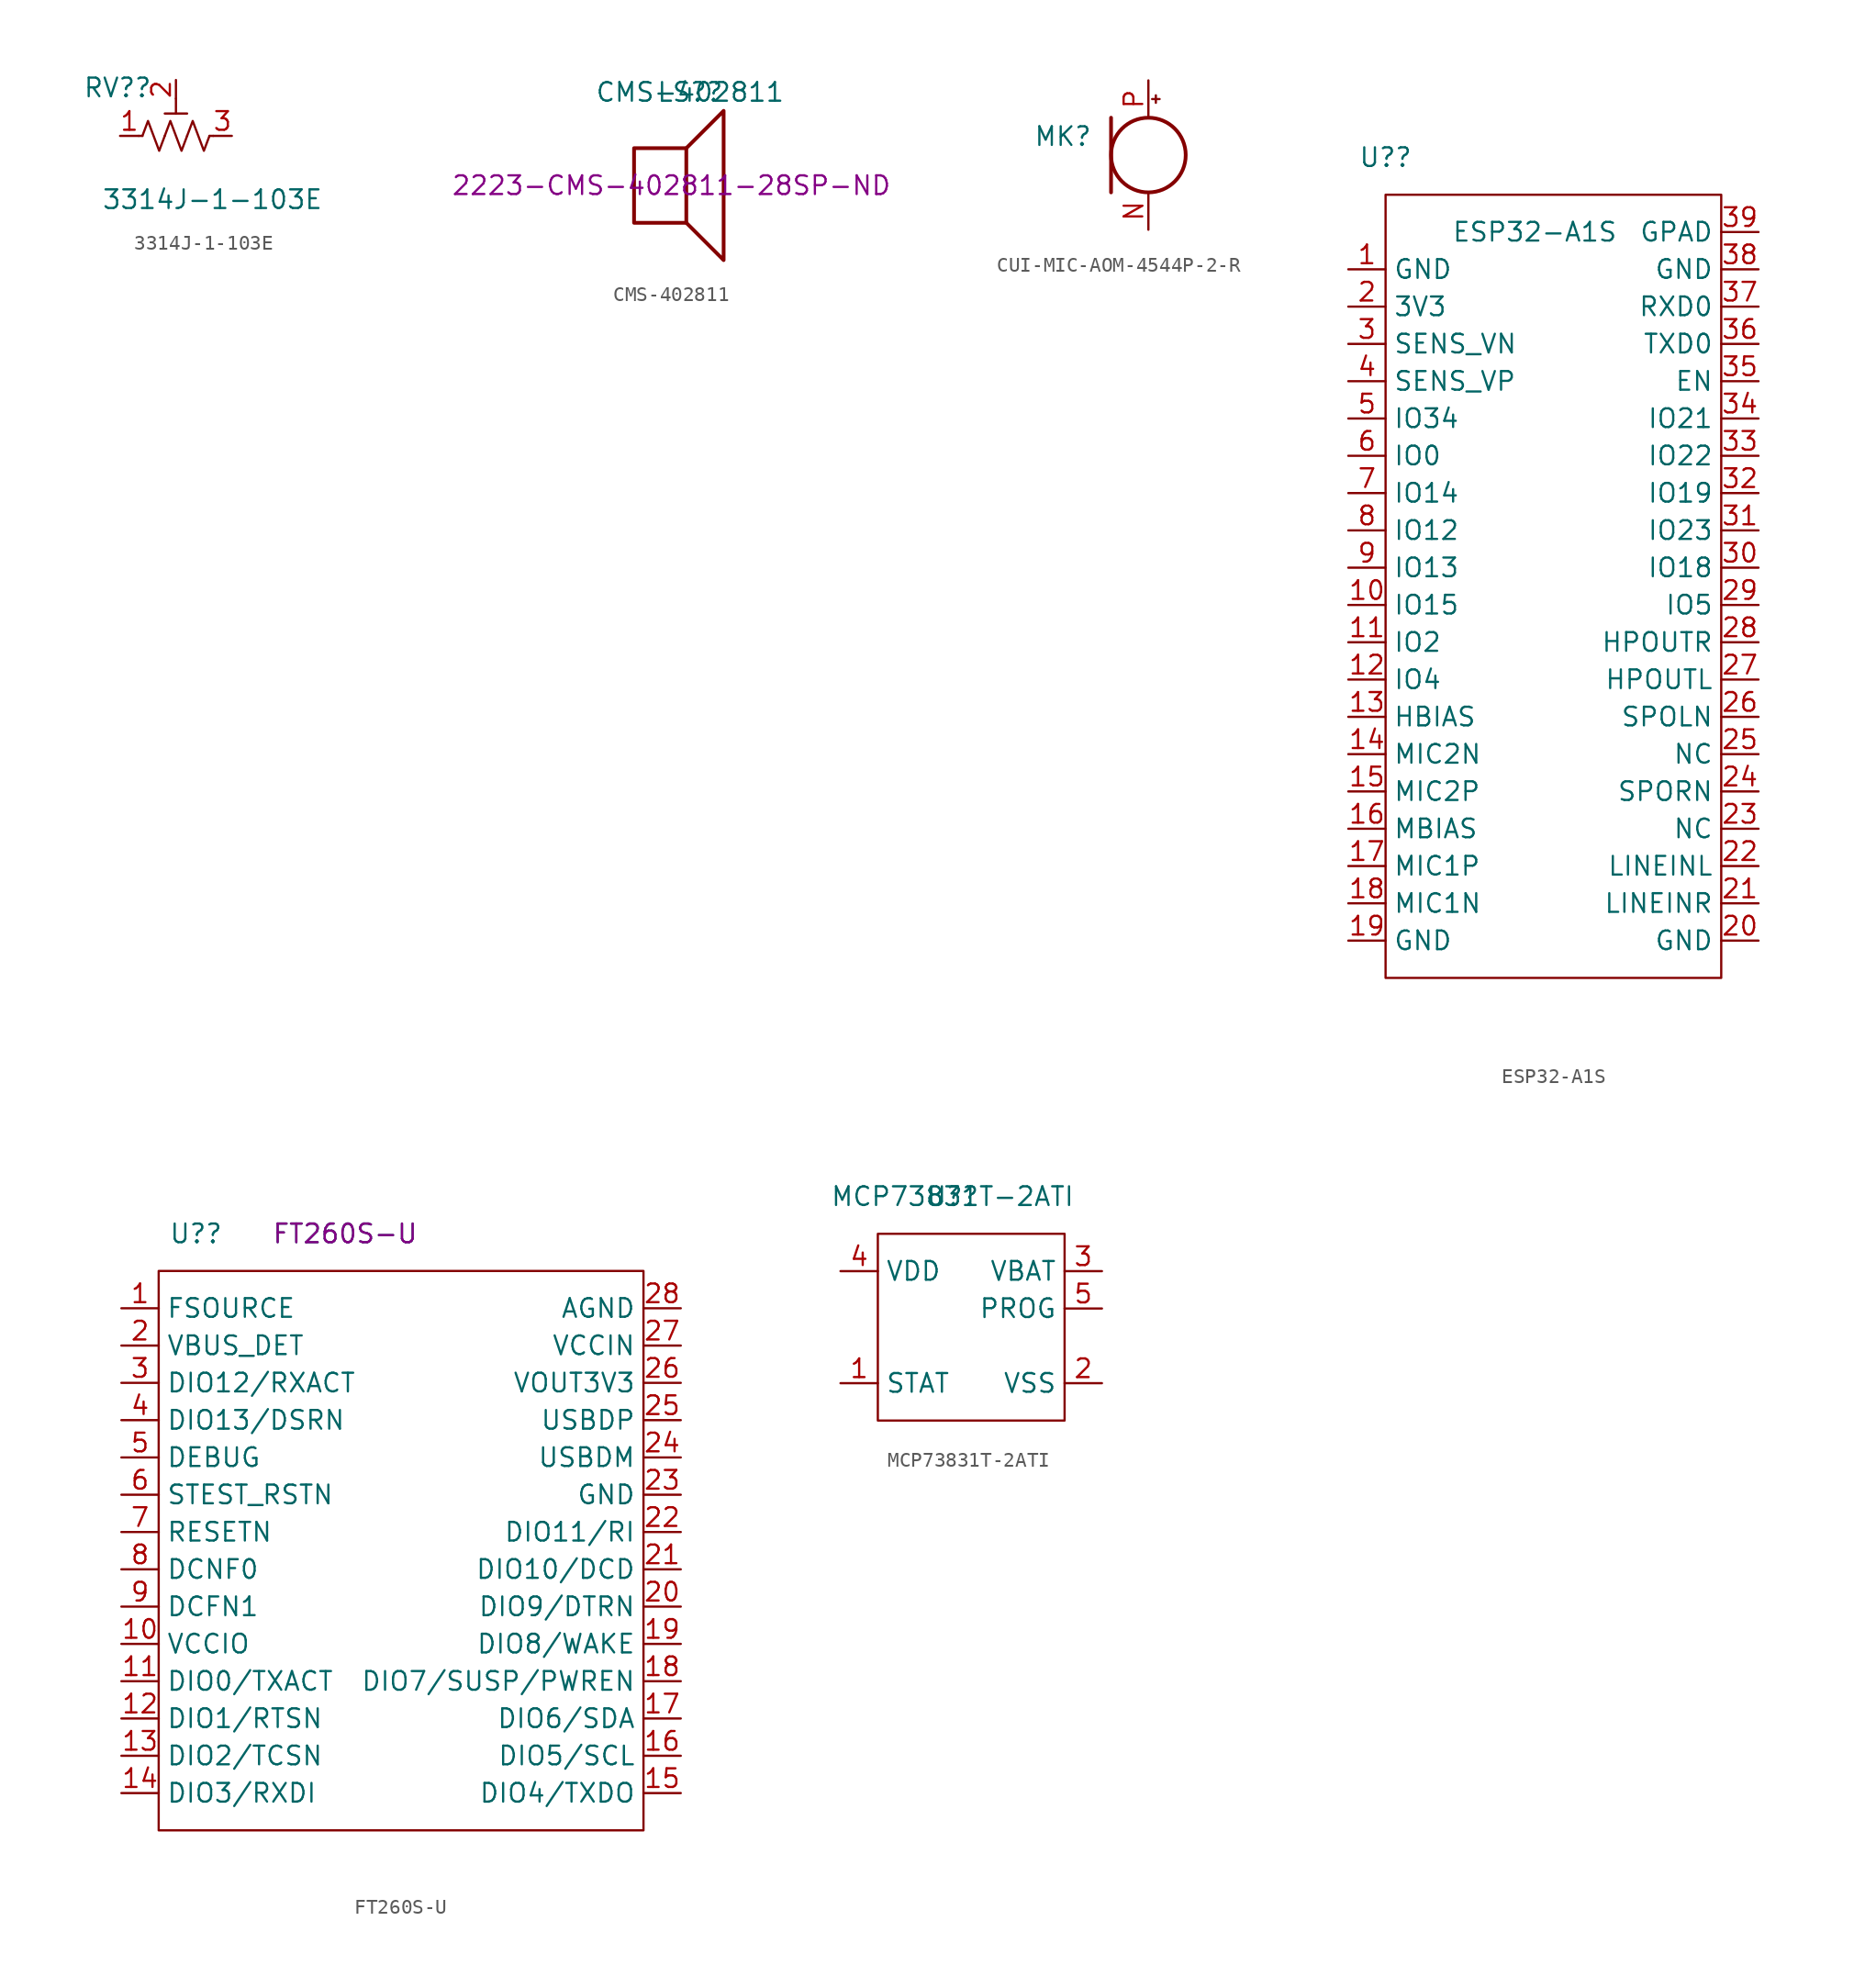
<source format=kicad_sym>
(kicad_symbol_lib
  (version 20211014)
  (generator kicad_symbol_editor)
  (symbol "3314J-1-103E"
    (pin_names
      (offset 1.016))
    (property "Reference" "RV?"
      (at -6.35 2.54 0)
      (effects (font (size 1.27 1.27)) (justify left bottom)))
    (property "Value" "3314J-1-103E"
      (at -5.08 -5.08 0)
      (effects (font (size 1.27 1.27)) (justify left bottom)))
    (symbol "3314J-1-103E_0_1"
      (polyline (pts (xy -2.286 0) (xy -2.54 0)) (stroke (width 0) (type default) (color 0 0 0 0)) (fill (type none)))
      (polyline (pts (xy -0.762 1.524) (xy 0.762 1.524)) (stroke (width 0) (type default) (color 0 0 0 0)) (fill (type none)))
      (polyline (pts (xy 0 2.54) (xy 0 1.524)) (stroke (width 0) (type default) (color 0 0 0 0)) (fill (type none)))
      (polyline (pts (xy 2.286 0) (xy 2.54 0)) (stroke (width 0) (type default) (color 0 0 0 0)) (fill (type none)))
      (polyline (pts (xy -2.286 0) (xy -1.905 1.016) (xy -1.524 0) (xy -1.143 -1.016) (xy -0.762 0)) (stroke (width 0) (type default) (color 0 0 0 0)) (fill (type none)))
      (polyline (pts (xy -0.762 0) (xy -0.381 1.016) (xy 0 0) (xy 0.381 -1.016) (xy 0.762 0)) (stroke (width 0) (type default) (color 0 0 0 0)) (fill (type none)))
      (polyline (pts (xy 0.762 0) (xy 1.143 1.016) (xy 1.524 0) (xy 1.905 -1.016) (xy 2.286 0)) (stroke (width 0) (type default) (color 0 0 0 0)) (fill (type none))))
    (symbol "3314J-1-103E_1_1"
      (pin passive line (at -3.81 0 0) (length 1.27) (name "" (effects (font (size 1.27 1.27)))) (number "1" (effects (font (size 1.27 1.27)))))
      (pin passive line (at 0 3.81 270) (length 1.27) (name "" (effects (font (size 1.27 1.27)))) (number "2" (effects (font (size 1.27 1.27)))))
      (pin passive line (at 3.81 0 180) (length 1.27) (name "" (effects (font (size 1.27 1.27)))) (number "3" (effects (font (size 1.27 1.27)))))))
  (symbol "CMS-402811"
    (property "Reference" "LS?"
      (at 1.27 6.35 0)
      (effects (font (size 1.27 1.27))))
    (property "Value" "CMS-402811"
      (at 1.27 6.35 0)
      (effects (font (size 1.27 1.27))))
    (property "DKEY" "2223-CMS-402811-28SP-ND"
      (at 0 0 0)
      (effects (font (size 1.27 1.27))))
    (symbol "CMS-402811_0_0"
      (rectangle (start -2.54 2.54) (end 1.016 -2.54) (stroke (width 0.254) (type default) (color 0 0 0 0)) (fill (type none)))
      (polyline (pts (xy 1.016 2.54) (xy 3.556 5.08) (xy 3.556 -5.08) (xy 1.016 -2.54)) (stroke (width 0.254) (type default) (color 0 0 0 0)) (fill (type none)))))
  (symbol "CUI-MIC-AOM-4544P-2-R"
    (pin_names
      (offset 0.025) hide)
    (property "Reference" "MK"
      (at -3.81 1.27 0)
      (effects (font (size 1.27 1.27)) (justify right)))
    (symbol "CUI-MIC-AOM-4544P-2-R_0_1"
      (polyline (pts (xy -2.54 2.54) (xy -2.54 -2.54)) (stroke (width 0.254) (type default) (color 0 0 0 0)) (fill (type none)))
      (polyline (pts (xy 0.254 3.81) (xy 0.762 3.81)) (stroke (width 0) (type default) (color 0 0 0 0)) (fill (type none)))
      (polyline (pts (xy 0.508 4.064) (xy 0.508 3.556)) (stroke (width 0) (type default) (color 0 0 0 0)) (fill (type none)))
      (circle (center 0 0) (radius 2.54) (stroke (width 0.254) (type default) (color 0 0 0 0)) (fill (type none))))
    (symbol "CUI-MIC-AOM-4544P-2-R_1_1"
      (pin passive line (at 0 -5.08 90) (length 2.54) (name "-" (effects (font (size 1.27 1.27)))) (number "N" (effects (font (size 1.27 1.27)))))
      (pin passive line (at 0 5.08 270) (length 2.54) (name "+" (effects (font (size 1.27 1.27)))) (number "P" (effects (font (size 1.27 1.27)))))))
  (symbol "ESP32-A1S"
    (property "Reference" "U?"
      (at 0 7.62 0)
      (effects (font (size 1.27 1.27))))
    (property "Value" "ESP32-A1S"
      (at 10.16 2.54 0)
      (effects (font (size 1.27 1.27))))
    (property "DKEY" ""
      (at 0 0 0)
      (effects (font (size 1.27 1.27))))
    (symbol "ESP32-A1S_0_1"
      (rectangle (start 0 5.08) (end 22.86 -48.26) (stroke (width 0.152) (type default) (color 0 0 0 0)) (fill (type none))))
    (symbol "ESP32-A1S_1_1"
      (pin passive line (at -2.54 0 0) (length 2.54) (name "GND" (effects (font (size 1.27 1.27)))) (number "1" (effects (font (size 1.27 1.27)))))
      (pin passive line (at -2.54 -22.86 0) (length 2.54) (name "IO15" (effects (font (size 1.27 1.27)))) (number "10" (effects (font (size 1.27 1.27)))))
      (pin passive line (at -2.54 -25.4 0) (length 2.54) (name "IO2" (effects (font (size 1.27 1.27)))) (number "11" (effects (font (size 1.27 1.27)))))
      (pin passive line (at -2.54 -27.94 0) (length 2.54) (name "IO4" (effects (font (size 1.27 1.27)))) (number "12" (effects (font (size 1.27 1.27)))))
      (pin passive line (at -2.54 -30.48 0) (length 2.54) (name "HBIAS" (effects (font (size 1.27 1.27)))) (number "13" (effects (font (size 1.27 1.27)))))
      (pin passive line (at -2.54 -33.02 0) (length 2.54) (name "MIC2N" (effects (font (size 1.27 1.27)))) (number "14" (effects (font (size 1.27 1.27)))))
      (pin passive line (at -2.54 -35.56 0) (length 2.54) (name "MIC2P" (effects (font (size 1.27 1.27)))) (number "15" (effects (font (size 1.27 1.27)))))
      (pin passive line (at -2.54 -38.1 0) (length 2.54) (name "MBIAS" (effects (font (size 1.27 1.27)))) (number "16" (effects (font (size 1.27 1.27)))))
      (pin passive line (at -2.54 -40.64 0) (length 2.54) (name "MIC1P" (effects (font (size 1.27 1.27)))) (number "17" (effects (font (size 1.27 1.27)))))
      (pin passive line (at -2.54 -43.18 0) (length 2.54) (name "MIC1N" (effects (font (size 1.27 1.27)))) (number "18" (effects (font (size 1.27 1.27)))))
      (pin passive line (at -2.54 -45.72 0) (length 2.54) (name "GND" (effects (font (size 1.27 1.27)))) (number "19" (effects (font (size 1.27 1.27)))))
      (pin passive line (at -2.54 -2.54 0) (length 2.54) (name "3V3" (effects (font (size 1.27 1.27)))) (number "2" (effects (font (size 1.27 1.27)))))
      (pin passive line (at 25.4 -45.72 180) (length 2.54) (name "GND" (effects (font (size 1.27 1.27)))) (number "20" (effects (font (size 1.27 1.27)))))
      (pin passive line (at 25.4 -43.18 180) (length 2.54) (name "LINEINR" (effects (font (size 1.27 1.27)))) (number "21" (effects (font (size 1.27 1.27)))))
      (pin passive line (at 25.4 -40.64 180) (length 2.54) (name "LINEINL" (effects (font (size 1.27 1.27)))) (number "22" (effects (font (size 1.27 1.27)))))
      (pin passive line (at 25.4 -38.1 180) (length 2.54) (name "NC" (effects (font (size 1.27 1.27)))) (number "23" (effects (font (size 1.27 1.27)))))
      (pin passive line (at 25.4 -35.56 180) (length 2.54) (name "SPORN" (effects (font (size 1.27 1.27)))) (number "24" (effects (font (size 1.27 1.27)))))
      (pin passive line (at 25.4 -33.02 180) (length 2.54) (name "NC" (effects (font (size 1.27 1.27)))) (number "25" (effects (font (size 1.27 1.27)))))
      (pin passive line (at 25.4 -30.48 180) (length 2.54) (name "SPOLN" (effects (font (size 1.27 1.27)))) (number "26" (effects (font (size 1.27 1.27)))))
      (pin passive line (at 25.4 -27.94 180) (length 2.54) (name "HPOUTL" (effects (font (size 1.27 1.27)))) (number "27" (effects (font (size 1.27 1.27)))))
      (pin passive line (at 25.4 -25.4 180) (length 2.54) (name "HPOUTR" (effects (font (size 1.27 1.27)))) (number "28" (effects (font (size 1.27 1.27)))))
      (pin passive line (at 25.4 -22.86 180) (length 2.54) (name "IO5" (effects (font (size 1.27 1.27)))) (number "29" (effects (font (size 1.27 1.27)))))
      (pin passive line (at -2.54 -5.08 0) (length 2.54) (name "SENS_VN" (effects (font (size 1.27 1.27)))) (number "3" (effects (font (size 1.27 1.27)))))
      (pin passive line (at 25.4 -20.32 180) (length 2.54) (name "IO18" (effects (font (size 1.27 1.27)))) (number "30" (effects (font (size 1.27 1.27)))))
      (pin passive line (at 25.4 -17.78 180) (length 2.54) (name "IO23" (effects (font (size 1.27 1.27)))) (number "31" (effects (font (size 1.27 1.27)))))
      (pin passive line (at 25.4 -15.24 180) (length 2.54) (name "IO19" (effects (font (size 1.27 1.27)))) (number "32" (effects (font (size 1.27 1.27)))))
      (pin passive line (at 25.4 -12.7 180) (length 2.54) (name "IO22" (effects (font (size 1.27 1.27)))) (number "33" (effects (font (size 1.27 1.27)))))
      (pin passive line (at 25.4 -10.16 180) (length 2.54) (name "IO21" (effects (font (size 1.27 1.27)))) (number "34" (effects (font (size 1.27 1.27)))))
      (pin passive line (at 25.4 -7.62 180) (length 2.54) (name "EN" (effects (font (size 1.27 1.27)))) (number "35" (effects (font (size 1.27 1.27)))))
      (pin passive line (at 25.4 -5.08 180) (length 2.54) (name "TXD0" (effects (font (size 1.27 1.27)))) (number "36" (effects (font (size 1.27 1.27)))))
      (pin passive line (at 25.4 -2.54 180) (length 2.54) (name "RXD0" (effects (font (size 1.27 1.27)))) (number "37" (effects (font (size 1.27 1.27)))))
      (pin passive line (at 25.4 0 180) (length 2.54) (name "GND" (effects (font (size 1.27 1.27)))) (number "38" (effects (font (size 1.27 1.27)))))
      (pin passive line (at 25.4 2.54 180) (length 2.54) (name "GPAD" (effects (font (size 1.27 1.27)))) (number "39" (effects (font (size 1.27 1.27)))))
      (pin passive line (at -2.54 -7.62 0) (length 2.54) (name "SENS_VP" (effects (font (size 1.27 1.27)))) (number "4" (effects (font (size 1.27 1.27)))))
      (pin passive line (at -2.54 -10.16 0) (length 2.54) (name "IO34" (effects (font (size 1.27 1.27)))) (number "5" (effects (font (size 1.27 1.27)))))
      (pin passive line (at -2.54 -12.7 0) (length 2.54) (name "IO0" (effects (font (size 1.27 1.27)))) (number "6" (effects (font (size 1.27 1.27)))))
      (pin passive line (at -2.54 -15.24 0) (length 2.54) (name "IO14" (effects (font (size 1.27 1.27)))) (number "7" (effects (font (size 1.27 1.27)))))
      (pin passive line (at -2.54 -17.78 0) (length 2.54) (name "IO12" (effects (font (size 1.27 1.27)))) (number "8" (effects (font (size 1.27 1.27)))))
      (pin passive line (at -2.54 -20.32 0) (length 2.54) (name "IO13" (effects (font (size 1.27 1.27)))) (number "9" (effects (font (size 1.27 1.27)))))))
  (symbol "FT260S-U"
    (property "Reference" "U?"
      (at 2.54 5.08 0)
      (effects (font (size 1.27 1.27))))
    (property "Value" "FT260S-U"
      (at 12.7 5.08 0)
      (effects (font (size 1.27 1.27))))
    (property "DKEY" "FT260S-U"
      (at 12.7 5.08 0)
      (effects (font (size 1.27 1.27))))
    (symbol "FT260S-U_0_1"
      (rectangle (start 0 2.54) (end 33.02 -35.56) (stroke (width 0.152) (type default) (color 0 0 0 0)) (fill (type none))))
    (symbol "FT260S-U_1_1"
      (pin passive line (at -2.54 0 0) (length 2.54) (name "FSOURCE" (effects (font (size 1.27 1.27)))) (number "1" (effects (font (size 1.27 1.27)))))
      (pin passive line (at -2.54 -22.86 0) (length 2.54) (name "VCCIO" (effects (font (size 1.27 1.27)))) (number "10" (effects (font (size 1.27 1.27)))))
      (pin passive line (at -2.54 -25.4 0) (length 2.54) (name "DIO0/TXACT" (effects (font (size 1.27 1.27)))) (number "11" (effects (font (size 1.27 1.27)))))
      (pin passive line (at -2.54 -27.94 0) (length 2.54) (name "DIO1/RTSN" (effects (font (size 1.27 1.27)))) (number "12" (effects (font (size 1.27 1.27)))))
      (pin passive line (at -2.54 -30.48 0) (length 2.54) (name "DIO2/TCSN" (effects (font (size 1.27 1.27)))) (number "13" (effects (font (size 1.27 1.27)))))
      (pin passive line (at -2.54 -33.02 0) (length 2.54) (name "DIO3/RXDI" (effects (font (size 1.27 1.27)))) (number "14" (effects (font (size 1.27 1.27)))))
      (pin passive line (at 35.56 -33.02 180) (length 2.54) (name "DIO4/TXDO" (effects (font (size 1.27 1.27)))) (number "15" (effects (font (size 1.27 1.27)))))
      (pin passive line (at 35.56 -30.48 180) (length 2.54) (name "DIO5/SCL" (effects (font (size 1.27 1.27)))) (number "16" (effects (font (size 1.27 1.27)))))
      (pin passive line (at 35.56 -27.94 180) (length 2.54) (name "DIO6/SDA" (effects (font (size 1.27 1.27)))) (number "17" (effects (font (size 1.27 1.27)))))
      (pin passive line (at 35.56 -25.4 180) (length 2.54) (name "DIO7/SUSP/PWREN" (effects (font (size 1.27 1.27)))) (number "18" (effects (font (size 1.27 1.27)))))
      (pin passive line (at 35.56 -22.86 180) (length 2.54) (name "DIO8/WAKE" (effects (font (size 1.27 1.27)))) (number "19" (effects (font (size 1.27 1.27)))))
      (pin passive line (at -2.54 -2.54 0) (length 2.54) (name "VBUS_DET" (effects (font (size 1.27 1.27)))) (number "2" (effects (font (size 1.27 1.27)))))
      (pin passive line (at 35.56 -20.32 180) (length 2.54) (name "DIO9/DTRN" (effects (font (size 1.27 1.27)))) (number "20" (effects (font (size 1.27 1.27)))))
      (pin passive line (at 35.56 -17.78 180) (length 2.54) (name "DIO10/DCD" (effects (font (size 1.27 1.27)))) (number "21" (effects (font (size 1.27 1.27)))))
      (pin passive line (at 35.56 -15.24 180) (length 2.54) (name "DIO11/RI" (effects (font (size 1.27 1.27)))) (number "22" (effects (font (size 1.27 1.27)))))
      (pin passive line (at 35.56 -12.7 180) (length 2.54) (name "GND" (effects (font (size 1.27 1.27)))) (number "23" (effects (font (size 1.27 1.27)))))
      (pin passive line (at 35.56 -10.16 180) (length 2.54) (name "USBDM" (effects (font (size 1.27 1.27)))) (number "24" (effects (font (size 1.27 1.27)))))
      (pin passive line (at 35.56 -7.62 180) (length 2.54) (name "USBDP" (effects (font (size 1.27 1.27)))) (number "25" (effects (font (size 1.27 1.27)))))
      (pin passive line (at 35.56 -5.08 180) (length 2.54) (name "VOUT3V3" (effects (font (size 1.27 1.27)))) (number "26" (effects (font (size 1.27 1.27)))))
      (pin passive line (at 35.56 -2.54 180) (length 2.54) (name "VCCIN" (effects (font (size 1.27 1.27)))) (number "27" (effects (font (size 1.27 1.27)))))
      (pin passive line (at 35.56 0 180) (length 2.54) (name "AGND" (effects (font (size 1.27 1.27)))) (number "28" (effects (font (size 1.27 1.27)))))
      (pin passive line (at -2.54 -5.08 0) (length 2.54) (name "DIO12/RXACT" (effects (font (size 1.27 1.27)))) (number "3" (effects (font (size 1.27 1.27)))))
      (pin passive line (at -2.54 -7.62 0) (length 2.54) (name "DIO13/DSRN" (effects (font (size 1.27 1.27)))) (number "4" (effects (font (size 1.27 1.27)))))
      (pin passive line (at -2.54 -10.16 0) (length 2.54) (name "DEBUG" (effects (font (size 1.27 1.27)))) (number "5" (effects (font (size 1.27 1.27)))))
      (pin passive line (at -2.54 -12.7 0) (length 2.54) (name "STEST_RSTN" (effects (font (size 1.27 1.27)))) (number "6" (effects (font (size 1.27 1.27)))))
      (pin passive line (at -2.54 -15.24 0) (length 2.54) (name "RESETN" (effects (font (size 1.27 1.27)))) (number "7" (effects (font (size 1.27 1.27)))))
      (pin passive line (at -2.54 -17.78 0) (length 2.54) (name "DCNF0" (effects (font (size 1.27 1.27)))) (number "8" (effects (font (size 1.27 1.27)))))
      (pin passive line (at -2.54 -20.32 0) (length 2.54) (name "DCFN1" (effects (font (size 1.27 1.27)))) (number "9" (effects (font (size 1.27 1.27)))))))
  (symbol "MCP73831T-2ATI"
    (property "Reference" "U?"
      (at 0 2.54 0)
      (effects (font (size 1.27 1.27))))
    (property "Value" "MCP73831T-2ATI"
      (at 0 2.54 0)
      (effects (font (size 1.27 1.27))))
    (symbol "MCP73831T-2ATI_0_1"
      (rectangle (start -5.08 0) (end 7.62 -12.7) (stroke (width 0.152) (type default) (color 0 0 0 0)) (fill (type none))))
    (symbol "MCP73831T-2ATI_1_1"
      (pin passive line (at -7.62 -10.16 0) (length 2.54) (name "STAT" (effects (font (size 1.27 1.27)))) (number "1" (effects (font (size 1.27 1.27)))))
      (pin passive line (at 10.16 -10.16 180) (length 2.54) (name "VSS" (effects (font (size 1.27 1.27)))) (number "2" (effects (font (size 1.27 1.27)))))
      (pin passive line (at 10.16 -2.54 180) (length 2.54) (name "VBAT" (effects (font (size 1.27 1.27)))) (number "3" (effects (font (size 1.27 1.27)))))
      (pin passive line (at -7.62 -2.54 0) (length 2.54) (name "VDD" (effects (font (size 1.27 1.27)))) (number "4" (effects (font (size 1.27 1.27)))))
      (pin passive line (at 10.16 -5.08 180) (length 2.54) (name "PROG" (effects (font (size 1.27 1.27)))) (number "5" (effects (font (size 1.27 1.27))))))))
</source>
